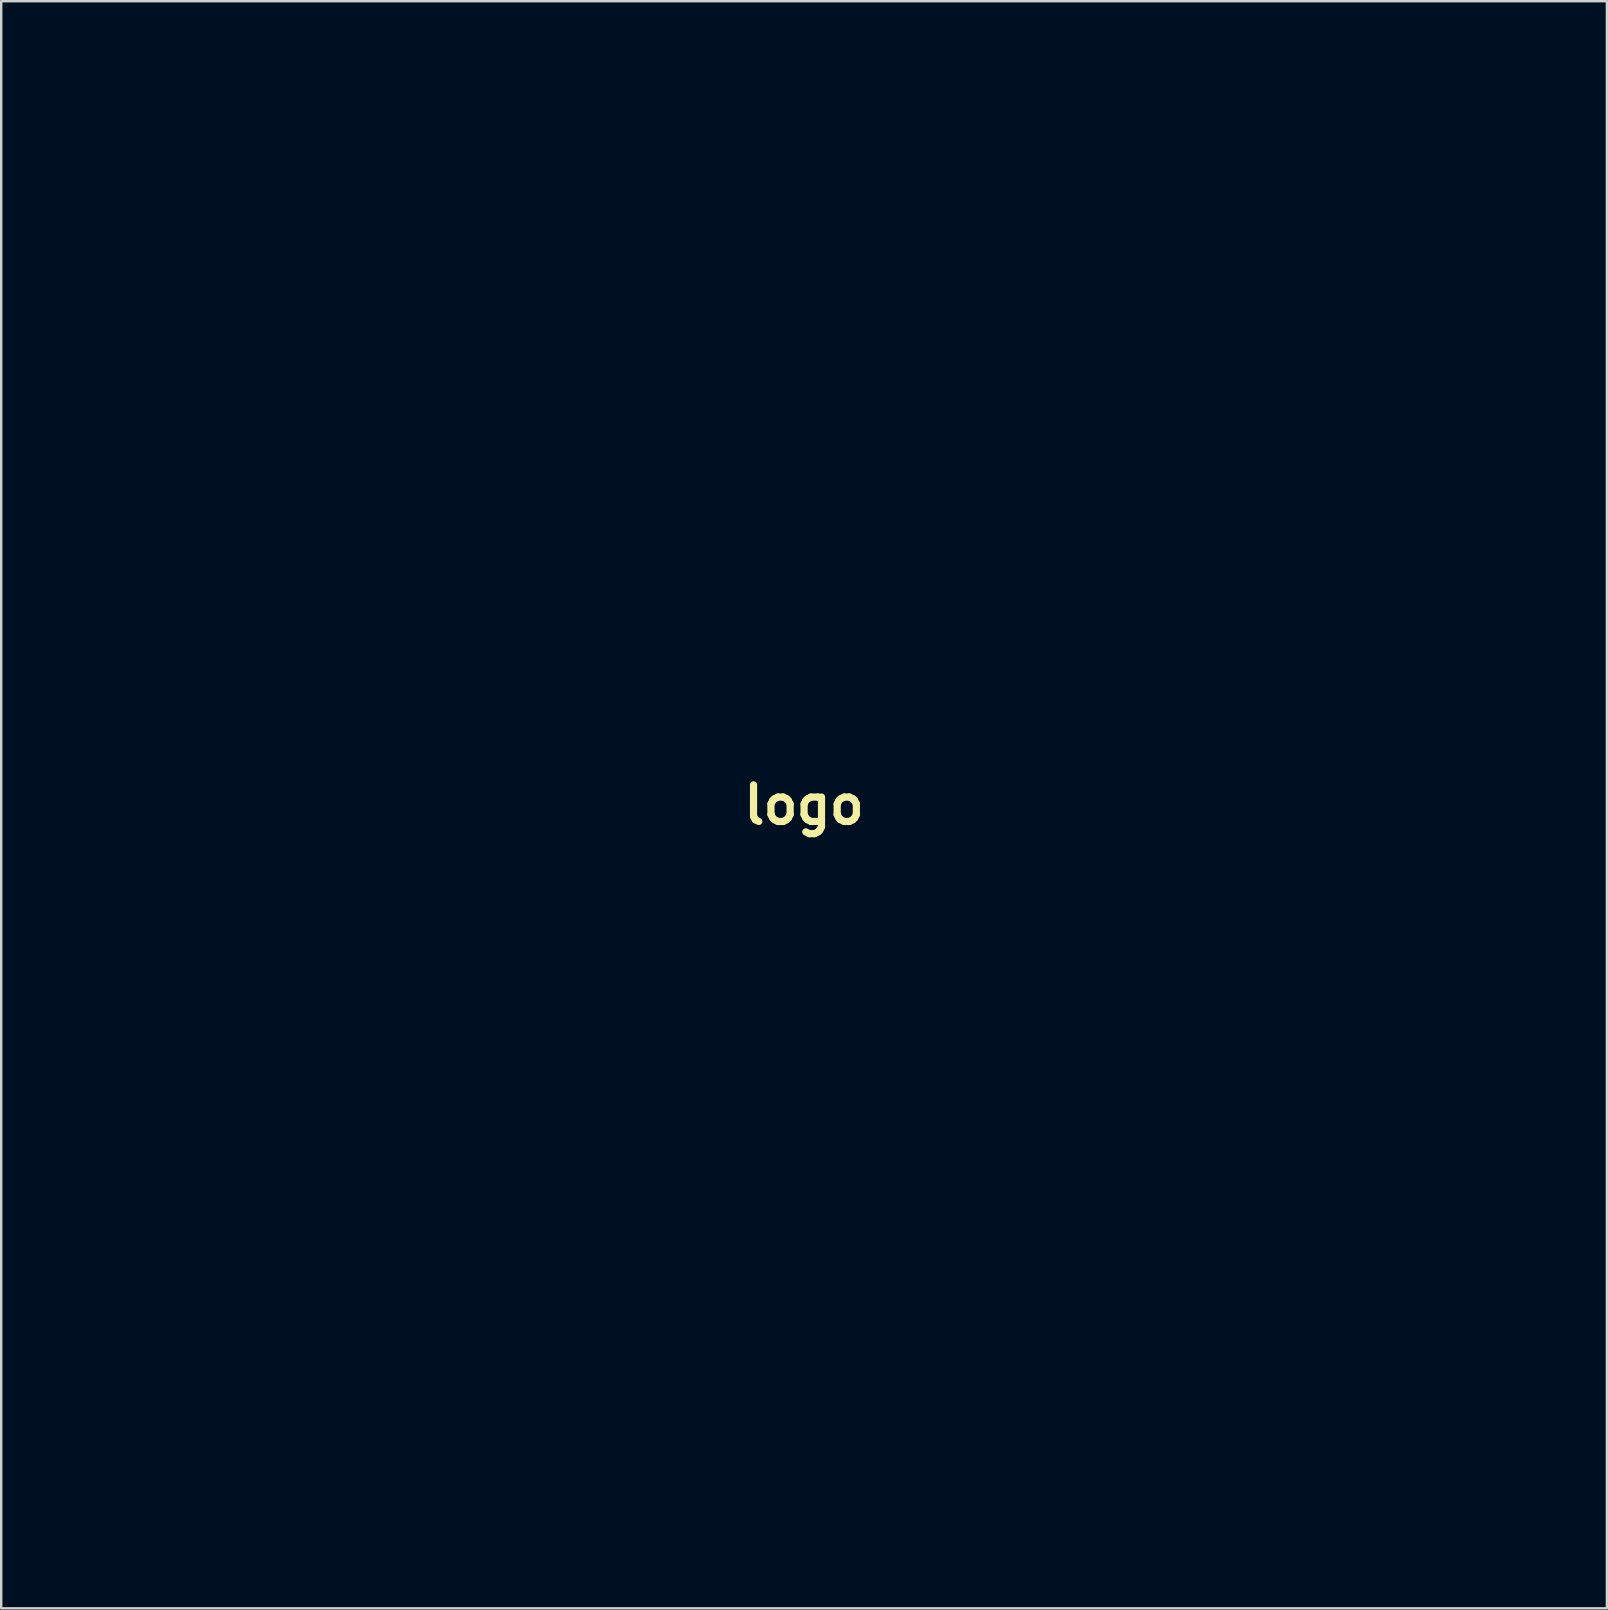
<source format=kicad_pcb>
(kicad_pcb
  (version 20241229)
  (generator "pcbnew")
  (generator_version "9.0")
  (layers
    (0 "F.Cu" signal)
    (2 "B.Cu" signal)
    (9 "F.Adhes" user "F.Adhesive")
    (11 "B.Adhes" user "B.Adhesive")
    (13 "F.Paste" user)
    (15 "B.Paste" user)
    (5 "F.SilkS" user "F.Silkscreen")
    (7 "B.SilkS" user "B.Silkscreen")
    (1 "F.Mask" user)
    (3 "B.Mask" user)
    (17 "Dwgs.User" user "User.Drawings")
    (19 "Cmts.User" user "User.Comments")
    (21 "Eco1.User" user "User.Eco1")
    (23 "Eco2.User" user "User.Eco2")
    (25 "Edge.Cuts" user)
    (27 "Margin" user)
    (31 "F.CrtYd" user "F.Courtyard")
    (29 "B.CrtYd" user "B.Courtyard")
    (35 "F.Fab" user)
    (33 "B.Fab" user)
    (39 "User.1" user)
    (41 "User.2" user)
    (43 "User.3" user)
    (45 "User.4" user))
  (footprint "logo"
    (layer "F.Cu")
    (at 30.443 30.477)
    (property "Reference" "logo" (at 0 0 0) (layer "F.SilkS") (effects (font (size 1.524 1.524) (thickness 0.3))))
    (attr through_hole)
    (fp_poly (pts (xy -0.339 16.256) (xy -3.979 16.256) (xy -3.979 15.833) (xy -0.339 15.833) (xy -0.339 16.256)) (stroke (width 0.01) (type solid)) (fill no) (layer "Eco2.User"))
    (fp_poly (pts (xy 0 13.547) (xy -3.979 13.547) (xy -3.979 13.039) (xy 0 13.039) (xy 0 13.547)) (stroke (width 0.01) (type solid)) (fill no) (layer "Eco2.User"))
    (fp_poly (pts (xy 6.943 19.05) (xy 6.519 19.05) (xy 6.519 14.732) (xy 6.943 14.732) (xy 6.943 19.05)) (stroke (width 0.01) (type solid)) (fill no) (layer "Eco2.User"))
    (fp_poly (pts (xy -9.588 -3.214) (xy -9.199 -2.941) (xy -8.737 -2.619) (xy -8.27 -2.295) (xy -7.98 -2.093) (xy -7.112 -1.492) (xy -7.112 1.016) (xy -10.329 1.016) (xy -10.329 -3.734) (xy -9.588 -3.214)) (stroke (width 0.01) (type solid)) (fill no) (layer "Eco2.User"))
    (fp_poly (pts (xy 0.36 -3.76) (xy 0.72 -3.508) (xy 1.159 -3.202) (xy 1.616 -2.882) (xy 1.968 -2.635) (xy 2.879 -1.998) (xy 2.879 1.016) (xy -0.339 1.016) (xy -0.339 -4.247) (xy 0.36 -3.76)) (stroke (width 0.01) (type solid)) (fill no) (layer "Eco2.User"))
    (fp_poly (pts (xy 14.245 -3.675) (xy 14.605 -3.424) (xy 15.044 -3.117) (xy 15.501 -2.797) (xy 15.854 -2.55) (xy 16.764 -1.914) (xy 16.764 1.016) (xy 13.547 1.016) (xy 13.547 -4.163) (xy 14.245 -3.675)) (stroke (width 0.01) (type solid)) (fill no) (layer "Eco2.User"))
    (fp_poly (pts (xy 0 19.05) (xy -1.933 19.05) (xy -2.489 19.048) (xy -2.987 19.041) (xy -3.403 19.031) (xy -3.713 19.018) (xy -3.89 19.002) (xy -3.923 18.994) (xy -3.967 18.872) (xy -3.979 18.74) (xy -3.979 18.542) (xy 0 18.542) (xy 0 19.05)) (stroke (width 0.01) (type solid)) (fill no) (layer "Eco2.User"))
    (fp_poly (pts (xy -17.103 -5.673) (xy -17.103 -5.082) (xy -17.106 -4.552) (xy -17.109 -4.104) (xy -17.113 -3.761) (xy -17.119 -3.544) (xy -17.124 -3.476) (xy -17.196 -3.523) (xy -17.387 -3.654) (xy -17.678 -3.855) (xy -18.047 -4.113) (xy -18.477 -4.412) (xy -18.733 -4.591) (xy -20.32 -5.703) (xy -20.32 -7.874) (xy -17.103 -7.874) (xy -17.103 -5.673)) (stroke (width 0.01) (type solid)) (fill no) (layer "Eco2.User"))
    (fp_poly (pts (xy 6.852 13.051) (xy 6.915 13.115) (xy 6.939 13.272) (xy 6.943 13.504) (xy 6.937 13.771) (xy 6.908 13.91) (xy 6.837 13.962) (xy 6.731 13.97) (xy 6.61 13.958) (xy 6.547 13.894) (xy 6.523 13.737) (xy 6.519 13.504) (xy 6.525 13.238) (xy 6.554 13.099) (xy 6.625 13.046) (xy 6.731 13.039) (xy 6.852 13.051)) (stroke (width 0.01) (type solid)) (fill no) (layer "Eco2.User"))
    (fp_poly (pts (xy 1.446 17.788) (xy 1.481 17.841) (xy 1.642 18.054) (xy 1.799 18.211) (xy 1.92 18.379) (xy 1.909 18.529) (xy 1.842 18.669) (xy 1.743 18.694) (xy 1.58 18.6) (xy 1.443 18.49) (xy 1.277 18.322) (xy 1.118 18.117) (xy 0.995 17.921) (xy 0.938 17.778) (xy 0.946 17.74) (xy 1.039 17.699) (xy 1.153 17.661) (xy 1.309 17.66) (xy 1.446 17.788)) (stroke (width 0.01) (type solid)) (fill no) (layer "Eco2.User"))
    (fp_poly (pts (xy -2.201 -5.842) (xy -7.112 -5.842) (xy -7.112 -4.191) (xy -7.115 -3.684) (xy -7.124 -3.24) (xy -7.137 -2.886) (xy -7.154 -2.647) (xy -7.173 -2.548) (xy -7.176 -2.547) (xy -7.26 -2.596) (xy -7.462 -2.729) (xy -7.76 -2.933) (xy -8.134 -3.192) (xy -8.563 -3.493) (xy -8.763 -3.634) (xy -10.287 -4.715) (xy -10.312 -5.278) (xy -10.337 -5.842) (xy -15.24 -5.842) (xy -15.24 -8.128) (xy -2.201 -8.128) (xy -2.201 -5.842)) (stroke (width 0.01) (type solid)) (fill no) (layer "Eco2.User"))
    (fp_poly (pts (xy 11.684 1.016) (xy 8.594 1.013) (xy 4.149 -2.108) (xy -0.296 -5.229) (xy -0.32 -6.679) (xy -0.343 -8.128) (xy -0.091 -8.128) (xy -0.004 -8.106) (xy 0.144 -8.035) (xy 0.362 -7.911) (xy 0.658 -7.726) (xy 1.041 -7.476) (xy 1.52 -7.153) (xy 2.105 -6.754) (xy 2.803 -6.271) (xy 3.623 -5.698) (xy 4.25 -5.259) (xy 8.34 -2.391) (xy 8.362 -4.238) (xy 8.385 -6.084) (xy 9.632 -6.954) (xy 10.068 -7.258) (xy 10.487 -7.551) (xy 10.856 -7.81) (xy 11.142 -8.011) (xy 11.282 -8.111) (xy 11.684 -8.398) (xy 11.684 1.016)) (stroke (width 0.01) (type solid)) (fill no) (layer "Eco2.User"))
    (fp_poly (pts (xy 19.219 16.044) (xy 19.218 16.739) (xy 19.212 17.376) (xy 19.204 17.939) (xy 19.194 18.406) (xy 19.181 18.76) (xy 19.166 18.98) (xy 19.152 19.05) (xy 19.085 18.987) (xy 18.924 18.806) (xy 18.68 18.523) (xy 18.367 18.152) (xy 17.996 17.707) (xy 17.58 17.203) (xy 17.13 16.654) (xy 17.099 16.616) (xy 15.113 14.182) (xy 15.091 16.616) (xy 15.068 19.05) (xy 14.647 19.05) (xy 14.647 16.037) (xy 14.649 15.323) (xy 14.655 14.676) (xy 14.664 14.114) (xy 14.676 13.653) (xy 14.69 13.311) (xy 14.707 13.106) (xy 14.722 13.053) (xy 14.791 13.123) (xy 14.954 13.309) (xy 15.199 13.597) (xy 15.514 13.971) (xy 15.886 14.417) (xy 16.302 14.92) (xy 16.732 15.443) (xy 18.669 17.805) (xy 18.691 15.422) (xy 18.714 13.039) (xy 19.219 13.039) (xy 19.219 16.044)) (stroke (width 0.01) (type solid)) (fill no) (layer "Eco2.User"))
    (fp_poly (pts (xy -20.163 -4.587) (xy -19.96 -4.449) (xy -19.66 -4.241) (xy -19.285 -3.98) (xy -18.857 -3.679) (xy -18.682 -3.556) (xy -17.184 -2.498) (xy -17.23 -2.159) (xy -17.387 -1.608) (xy -17.698 -1.056) (xy -18.149 -0.528) (xy -18.229 -0.452) (xy -18.888 0.078) (xy -19.601 0.478) (xy -20.389 0.756) (xy -21.275 0.921) (xy -22.056 0.976) (xy -22.5 0.982) (xy -22.925 0.975) (xy -23.278 0.956) (xy -23.481 0.933) (xy -24.337 0.719) (xy -25.121 0.408) (xy -25.816 0.013) (xy -26.407 -0.455) (xy -26.877 -0.983) (xy -27.209 -1.558) (xy -27.376 -2.095) (xy -27.428 -2.371) (xy -24.328 -2.371) (xy -24.123 -2.056) (xy -23.777 -1.669) (xy -23.335 -1.393) (xy -22.829 -1.228) (xy -22.292 -1.175) (xy -21.756 -1.233) (xy -21.254 -1.403) (xy -20.817 -1.684) (xy -20.513 -2.025) (xy -20.435 -2.153) (xy -20.382 -2.287) (xy -20.348 -2.463) (xy -20.329 -2.712) (xy -20.321 -3.069) (xy -20.32 -3.491) (xy -20.315 -3.913) (xy -20.302 -4.264) (xy -20.283 -4.515) (xy -20.259 -4.636) (xy -20.25 -4.643) (xy -20.163 -4.587)) (stroke (width 0.01) (type solid)) (fill no) (layer "Eco2.User"))
    (fp_poly (pts (xy 26.54 -8.133) (xy 26.56 -7.912) (xy 26.575 -7.579) (xy 26.583 -7.163) (xy 26.584 -6.879) (xy 26.583 -5.546) (xy 23.92 -4.318) (xy 23.296 -4.029) (xy 22.725 -3.762) (xy 22.222 -3.524) (xy 21.807 -3.325) (xy 21.495 -3.172) (xy 21.306 -3.074) (xy 21.254 -3.04) (xy 21.322 -2.978) (xy 21.527 -2.823) (xy 21.866 -2.575) (xy 22.335 -2.238) (xy 22.932 -1.813) (xy 23.653 -1.304) (xy 24.496 -0.71) (xy 25.457 -0.036) (xy 26.326 0.572) (xy 26.962 1.016) (xy 22.374 1.016) (xy 13.547 -5.175) (xy 13.547 -6.661) (xy 13.549 -7.203) (xy 13.555 -7.597) (xy 13.569 -7.862) (xy 13.591 -8.021) (xy 13.623 -8.093) (xy 13.667 -8.1) (xy 13.667 -8.1) (xy 13.763 -8.044) (xy 13.983 -7.904) (xy 14.31 -7.692) (xy 14.728 -7.419) (xy 15.22 -7.095) (xy 15.768 -6.731) (xy 16.313 -6.368) (xy 18.839 -4.683) (xy 22.644 -6.448) (xy 23.395 -6.795) (xy 24.099 -7.12) (xy 24.742 -7.416) (xy 25.309 -7.675) (xy 25.784 -7.891) (xy 26.153 -8.057) (xy 26.401 -8.166) (xy 26.513 -8.212) (xy 26.517 -8.213) (xy 26.54 -8.133)) (stroke (width 0.01) (type solid)) (fill no) (layer "Eco2.User"))
    (fp_poly (pts (xy 3.45 13.229) (xy 3.314 13.359) (xy 3.087 13.439) (xy 2.869 13.473) (xy 2.341 13.578) (xy 1.957 13.756) (xy 1.703 14.019) (xy 1.567 14.377) (xy 1.546 14.513) (xy 1.538 14.796) (xy 1.596 15.027) (xy 1.737 15.221) (xy 1.981 15.39) (xy 2.343 15.549) (xy 2.842 15.71) (xy 3.31 15.838) (xy 3.951 16.021) (xy 4.443 16.2) (xy 4.805 16.39) (xy 5.054 16.605) (xy 5.211 16.86) (xy 5.294 17.169) (xy 5.316 17.381) (xy 5.325 17.703) (xy 5.291 17.926) (xy 5.202 18.119) (xy 5.149 18.201) (xy 4.776 18.604) (xy 4.296 18.881) (xy 3.722 19.027) (xy 3.367 19.05) (xy 3.128 19.045) (xy 3.024 19.016) (xy 3.021 18.94) (xy 3.058 18.849) (xy 3.158 18.715) (xy 3.335 18.637) (xy 3.559 18.6) (xy 4.061 18.484) (xy 4.458 18.278) (xy 4.736 17.996) (xy 4.876 17.655) (xy 4.874 17.314) (xy 4.797 17.075) (xy 4.65 16.874) (xy 4.413 16.7) (xy 4.065 16.538) (xy 3.585 16.378) (xy 3.122 16.25) (xy 2.469 16.06) (xy 1.965 15.868) (xy 1.592 15.662) (xy 1.331 15.43) (xy 1.162 15.16) (xy 1.098 14.975) (xy 1.048 14.502) (xy 1.15 14.068) (xy 1.387 13.689) (xy 1.742 13.382) (xy 2.2 13.164) (xy 2.742 13.051) (xy 2.995 13.039) (xy 3.577 13.039) (xy 3.45 13.229)) (stroke (width 0.01) (type solid)) (fill no) (layer "Eco2.User"))
    (fp_poly (pts (xy 11.715 13.091) (xy 12.043 13.109) (xy 12.288 13.148) (xy 12.493 13.212) (xy 12.615 13.265) (xy 12.957 13.436) (xy 13.16 13.568) (xy 13.247 13.682) (xy 13.236 13.799) (xy 13.2 13.866) (xy 13.117 13.981) (xy 13.032 13.998) (xy 12.881 13.92) (xy 12.83 13.889) (xy 12.253 13.624) (xy 11.64 13.5) (xy 11.019 13.508) (xy 10.417 13.641) (xy 9.861 13.892) (xy 9.381 14.254) (xy 9.001 14.717) (xy 8.862 14.978) (xy 8.729 15.417) (xy 8.675 15.932) (xy 8.698 16.458) (xy 8.799 16.93) (xy 8.873 17.113) (xy 9.223 17.649) (xy 9.682 18.072) (xy 10.226 18.374) (xy 10.83 18.548) (xy 11.472 18.587) (xy 12.127 18.484) (xy 12.679 18.277) (xy 13.039 18.104) (xy 13.039 15.833) (xy 13.462 15.833) (xy 13.462 18.292) (xy 13.06 18.547) (xy 12.738 18.723) (xy 12.386 18.876) (xy 12.24 18.926) (xy 11.819 19.007) (xy 11.318 19.039) (xy 10.811 19.022) (xy 10.372 18.955) (xy 10.269 18.927) (xy 9.606 18.638) (xy 9.053 18.22) (xy 8.611 17.674) (xy 8.394 17.276) (xy 8.283 17.002) (xy 8.216 16.739) (xy 8.184 16.426) (xy 8.176 16.044) (xy 8.182 15.643) (xy 8.212 15.347) (xy 8.277 15.091) (xy 8.39 14.812) (xy 8.416 14.754) (xy 8.741 14.219) (xy 9.183 13.741) (xy 9.695 13.369) (xy 9.884 13.271) (xy 10.093 13.187) (xy 10.311 13.132) (xy 10.582 13.101) (xy 10.948 13.087) (xy 11.261 13.085) (xy 11.715 13.091)) (stroke (width 0.01) (type solid)) (fill no) (layer "Eco2.User"))
    (fp_poly (pts (xy -14.372 5.1) (xy -13.567 5.11) (xy -12.91 5.119) (xy -12.382 5.129) (xy -11.959 5.142) (xy -11.623 5.159) (xy -11.352 5.181) (xy -11.126 5.21) (xy -10.923 5.246) (xy -10.722 5.292) (xy -10.504 5.349) (xy -10.472 5.358) (xy -9.458 5.676) (xy -8.578 6.054) (xy -7.801 6.509) (xy -7.099 7.058) (xy -6.731 7.408) (xy -6.077 8.185) (xy -5.532 9.071) (xy -5.118 10.03) (xy -5.088 10.118) (xy -4.898 10.753) (xy -4.769 11.343) (xy -4.693 11.95) (xy -4.66 12.636) (xy -4.657 12.964) (xy -4.727 14.2) (xy -4.936 15.346) (xy -5.281 16.397) (xy -5.761 17.35) (xy -6.372 18.2) (xy -7.111 18.943) (xy -7.976 19.577) (xy -8.964 20.096) (xy -9.759 20.4) (xy -10.115 20.512) (xy -10.453 20.604) (xy -10.798 20.678) (xy -11.169 20.737) (xy -11.591 20.783) (xy -12.086 20.818) (xy -12.675 20.845) (xy -13.381 20.865) (xy -14.227 20.882) (xy -14.541 20.887) (xy -17.441 20.932) (xy -17.441 13.208) (xy -16.256 13.208) (xy -16.256 19.727) (xy -14.432 19.727) (xy -13.83 19.723) (xy -13.227 19.71) (xy -12.663 19.691) (xy -12.182 19.667) (xy -11.824 19.64) (xy -11.792 19.636) (xy -10.702 19.443) (xy -9.712 19.12) (xy -8.825 18.669) (xy -8.047 18.096) (xy -7.385 17.403) (xy -6.843 16.593) (xy -6.69 16.298) (xy -6.433 15.712) (xy -6.246 15.137) (xy -6.111 14.512) (xy -6.014 13.78) (xy -6.012 13.769) (xy -5.974 12.623) (xy -6.097 11.511) (xy -6.381 10.443) (xy -6.711 9.652) (xy -7.113 8.982) (xy -7.644 8.334) (xy -8.263 7.746) (xy -8.931 7.259) (xy -9.313 7.045) (xy -9.675 6.869) (xy -10 6.724) (xy -10.312 6.607) (xy -10.631 6.514) (xy -10.979 6.442) (xy -11.377 6.389) (xy -11.846 6.35) (xy -12.409 6.323) (xy -13.086 6.305) (xy -13.9 6.292) (xy -14.415 6.286) (xy -17.441 6.252) (xy -17.441 5.065) (xy -14.372 5.1)) (stroke (width 0.01) (type solid)) (fill no) (layer "Eco2.User"))
    (fp_poly (pts (xy 2.276 -30.388) (xy 4.464 -30.142) (xy 6.62 -29.74) (xy 8.736 -29.184) (xy 10.805 -28.481) (xy 12.816 -27.633) (xy 14.762 -26.644) (xy 16.635 -25.519) (xy 18.425 -24.263) (xy 20.125 -22.878) (xy 21.726 -21.37) (xy 23.22 -19.742) (xy 24.597 -17.998) (xy 25.313 -16.976) (xy 26.481 -15.094) (xy 27.496 -13.162) (xy 28.363 -11.169) (xy 29.086 -9.106) (xy 29.667 -6.963) (xy 30.111 -4.73) (xy 30.328 -3.217) (xy 30.367 -2.791) (xy 30.397 -2.23) (xy 30.418 -1.565) (xy 30.432 -0.832) (xy 30.437 -0.062) (xy 30.433 0.71) (xy 30.421 1.451) (xy 30.401 2.129) (xy 30.372 2.709) (xy 30.335 3.159) (xy 30.328 3.217) (xy 29.983 5.464) (xy 29.516 7.595) (xy 28.927 9.608) (xy 28.841 9.864) (xy 28.033 11.963) (xy 27.085 13.975) (xy 26.003 15.895) (xy 24.795 17.717) (xy 23.467 19.437) (xy 22.027 21.052) (xy 20.482 22.555) (xy 18.839 23.942) (xy 17.104 25.209) (xy 15.285 26.352) (xy 13.389 27.365) (xy 11.423 28.243) (xy 9.393 28.983) (xy 7.308 29.58) (xy 5.173 30.028) (xy 2.997 30.324) (xy 0.785 30.463) (xy -1.455 30.439) (xy -2.328 30.386) (xy -4.553 30.135) (xy -6.731 29.725) (xy -8.856 29.161) (xy -10.922 28.449) (xy -12.922 27.596) (xy -14.849 26.605) (xy -16.696 25.483) (xy -18.458 24.235) (xy -20.127 22.867) (xy -21.696 21.385) (xy -23.159 19.794) (xy -24.51 18.099) (xy -25.741 16.307) (xy -26.846 14.422) (xy -27.818 12.451) (xy -28.652 10.398) (xy -29.339 8.27) (xy -29.515 7.62) (xy -29.823 6.334) (xy -30.062 5.104) (xy -30.238 3.885) (xy -30.355 2.632) (xy -30.42 1.3) (xy -30.438 0) (xy -29.162 0) (xy -29.158 0.966) (xy -29.145 1.794) (xy -29.119 2.516) (xy -29.078 3.165) (xy -29.018 3.772) (xy -28.936 4.369) (xy -28.829 4.987) (xy -28.694 5.659) (xy -28.563 6.265) (xy -28.006 8.382) (xy -27.289 10.463) (xy -26.418 12.492) (xy -25.4 14.455) (xy -24.243 16.337) (xy -22.954 18.124) (xy -22.724 18.415) (xy -22.274 18.948) (xy -21.724 19.555) (xy -21.107 20.204) (xy -20.454 20.861) (xy -19.798 21.496) (xy -19.171 22.076) (xy -18.606 22.568) (xy -18.415 22.724) (xy -16.66 24.025) (xy -14.807 25.197) (xy -12.871 26.234) (xy -10.866 27.127) (xy -8.808 27.871) (xy -6.711 28.459) (xy -4.911 28.83) (xy -3.838 28.984) (xy -2.649 29.099) (xy -1.393 29.174) (xy -0.119 29.208) (xy 1.124 29.199) (xy 2.286 29.145) (xy 2.985 29.085) (xy 5.089 28.791) (xy 7.112 28.364) (xy 9.08 27.794) (xy 11.019 27.074) (xy 12.955 26.197) (xy 13.312 26.018) (xy 14.274 25.499) (xy 15.3 24.89) (xy 16.337 24.226) (xy 17.333 23.54) (xy 18.235 22.867) (xy 18.415 22.724) (xy 18.949 22.273) (xy 19.556 21.723) (xy 20.205 21.105) (xy 20.863 20.453) (xy 21.497 19.797) (xy 22.076 19.17) (xy 22.567 18.606) (xy 22.724 18.415) (xy 24.035 16.646) (xy 25.214 14.779) (xy 26.256 12.829) (xy 27.152 10.81) (xy 27.896 8.737) (xy 28.48 6.625) (xy 28.563 6.265) (xy 28.722 5.527) (xy 28.851 4.867) (xy 28.953 4.255) (xy 29.03 3.659) (xy 29.087 3.047) (xy 29.125 2.387) (xy 29.149 1.646) (xy 29.16 0.795) (xy 29.162 0) (xy 29.158 -0.966) (xy 29.145 -1.794) (xy 29.119 -2.516) (xy 29.078 -3.165) (xy 29.018 -3.772) (xy 28.936 -4.369) (xy 28.829 -4.987) (xy 28.694 -5.659) (xy 28.563 -6.265) (xy 28.006 -8.382) (xy 27.289 -10.463) (xy 26.418 -12.492) (xy 25.4 -14.455) (xy 24.243 -16.337) (xy 22.954 -18.124) (xy 22.724 -18.415) (xy 22.274 -18.948) (xy 21.724 -19.555) (xy 21.107 -20.204) (xy 20.454 -20.861) (xy 19.798 -21.496) (xy 19.171 -22.076) (xy 18.606 -22.568) (xy 18.415 -22.724) (xy 16.67 -24.018) (xy 14.826 -25.186) (xy 12.899 -26.219) (xy 10.905 -27.111) (xy 8.86 -27.855) (xy 6.779 -28.443) (xy 4.933 -28.826) (xy 3.405 -29.037) (xy 1.778 -29.165) (xy 0.099 -29.211) (xy -1.582 -29.175) (xy -3.218 -29.056) (xy -4.76 -28.855) (xy -4.933 -28.826) (xy -7.031 -28.381) (xy -9.109 -27.774) (xy -11.149 -27.011) (xy -13.136 -26.102) (xy -15.054 -25.052) (xy -16.886 -23.869) (xy -18.415 -22.724) (xy -18.949 -22.273) (xy -19.556 -21.723) (xy -20.205 -21.105) (xy -20.863 -20.453) (xy -21.497 -19.797) (xy -22.076 -19.17) (xy -22.567 -18.606) (xy -22.724 -18.415) (xy -24.035 -16.646) (xy -25.214 -14.779) (xy -26.256 -12.829) (xy -27.152 -10.81) (xy -27.896 -8.737) (xy -28.48 -6.625) (xy -28.563 -6.265) (xy -28.722 -5.527) (xy -28.851 -4.867) (xy -28.953 -4.255) (xy -29.03 -3.659) (xy -29.087 -3.047) (xy -29.125 -2.387) (xy -29.149 -1.646) (xy -29.16 -0.795) (xy -29.162 0) (xy -30.438 0) (xy -30.416 -1.441) (xy -30.346 -2.763) (xy -30.223 -4.01) (xy -30.041 -5.228) (xy -29.795 -6.462) (xy -29.515 -7.62) (xy -28.87 -9.78) (xy -28.078 -11.864) (xy -27.144 -13.866) (xy -26.077 -15.781) (xy -24.881 -17.603) (xy -23.563 -19.328) (xy -22.13 -20.95) (xy -20.589 -22.464) (xy -18.945 -23.864) (xy -17.204 -25.145) (xy -15.374 -26.301) (xy -13.461 -27.328) (xy -11.471 -28.22) (xy -9.411 -28.972) (xy -7.287 -29.578) (xy -5.105 -30.033) (xy -2.872 -30.331) (xy -2.159 -30.392) (xy 0.066 -30.472) (xy 2.276 -30.388)) (stroke (width 0.01) (type solid)) (fill no) (layer "Eco2.User")))
  (gr_rect
    (start -3 -3)
    (end 63.884 63.945)
    (stroke (width 0.1) (type default))
    (fill no)
    (layer "Edge.Cuts")))
</source>
